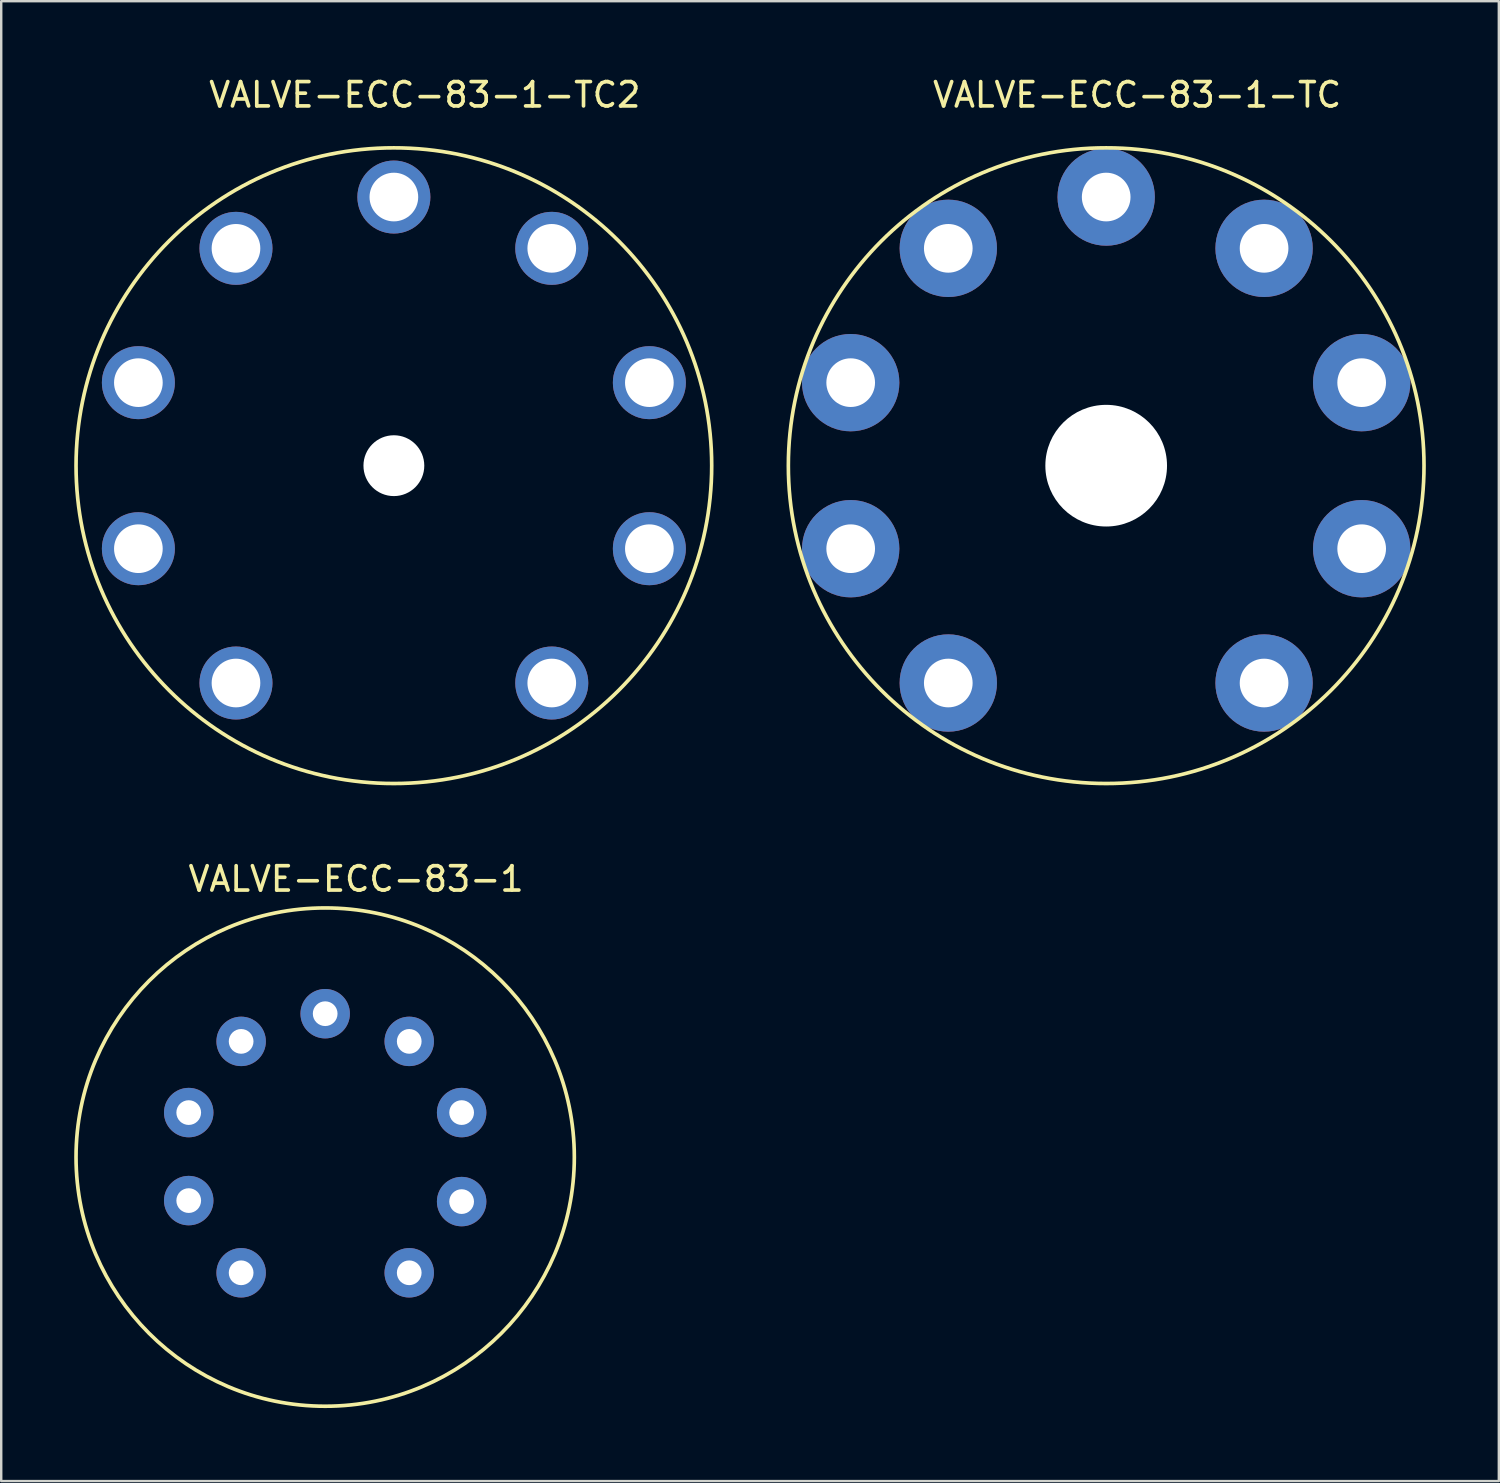
<source format=kicad_pcb>
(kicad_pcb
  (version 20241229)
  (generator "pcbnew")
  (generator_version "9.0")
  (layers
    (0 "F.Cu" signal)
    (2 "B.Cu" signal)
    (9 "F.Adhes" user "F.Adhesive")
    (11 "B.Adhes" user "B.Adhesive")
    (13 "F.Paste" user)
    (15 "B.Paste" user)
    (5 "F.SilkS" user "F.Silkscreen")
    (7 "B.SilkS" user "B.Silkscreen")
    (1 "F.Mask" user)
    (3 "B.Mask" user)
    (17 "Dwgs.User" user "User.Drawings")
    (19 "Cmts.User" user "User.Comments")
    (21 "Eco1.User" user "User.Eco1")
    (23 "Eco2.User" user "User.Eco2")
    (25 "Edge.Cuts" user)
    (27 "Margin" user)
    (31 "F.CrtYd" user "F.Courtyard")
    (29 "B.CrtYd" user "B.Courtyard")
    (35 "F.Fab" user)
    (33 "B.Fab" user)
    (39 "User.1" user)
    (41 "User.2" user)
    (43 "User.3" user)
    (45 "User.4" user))
  (footprint "VALVE-ECC-83-1"
    (layer "F.Cu")
    (at 10.314 44.503)
    (property "Reference" "VALVE-ECC-83-1" (at 1.27 -11.43 0) (layer "F.SilkS") (effects (font (size 1 1) (thickness 0.15))))
    (attr through_hole)
    (fp_circle (center 0 0) (end 10.16 1.27) (stroke (width 0.15) (type solid)) (fill no) (layer "F.SilkS"))
    (pad "1" thru_hole circle (at 3.454 4.755) (size 2.032 2.032) (drill 1.016) (layers "*.Cu" "*.Mask"))
    (pad "2" thru_hole circle (at 5.608 1.829) (size 2.032 2.032) (drill 1.016) (layers "*.Cu" "*.Mask"))
    (pad "3" thru_hole circle (at 5.608 -1.829) (size 2.032 2.032) (drill 1.016) (layers "*.Cu" "*.Mask"))
    (pad "4" thru_hole circle (at 3.454 -4.755) (size 2.032 2.032) (drill 1.016) (layers "*.Cu" "*.Mask"))
    (pad "5" thru_hole circle (at 0 -5.893) (size 2.032 2.032) (drill 1.016) (layers "*.Cu" "*.Mask"))
    (pad "6" thru_hole circle (at -3.454 -4.755) (size 2.032 2.032) (drill 1.016) (layers "*.Cu" "*.Mask"))
    (pad "7" thru_hole circle (at -5.608 -1.829) (size 2.032 2.032) (drill 1.016) (layers "*.Cu" "*.Mask"))
    (pad "8" thru_hole circle (at -5.608 1.788) (size 2.032 2.032) (drill 1.016) (layers "*.Cu" "*.Mask"))
    (pad "9" thru_hole circle (at -3.454 4.755) (size 2.032 2.032) (drill 1.016) (layers "*.Cu" "*.Mask")))
  (footprint "VALVE-ECC-83-1-TC"
    (layer "F.Cu")
    (at 42.411 16.088)
    (property "Reference" "VALVE-ECC-83-1-TC" (at 1.27 -15.24 0) (layer "F.SilkS") (effects (font (size 1 1) (thickness 0.15))))
    (attr through_hole)
    (fp_circle (center 0 0) (end 13 1.27) (stroke (width 0.15) (type solid)) (fill no) (layer "F.SilkS"))
    (pad "" np_thru_hole circle (at 0 0) (size 5 5) (drill 5) (layers "*.Cu" "*.Mask"))
    (pad "1" thru_hole circle (at 6.489 8.932) (size 4 4) (drill 2) (layers "*.Cu" "*.Mask"))
    (pad "2" thru_hole circle (at 10.5 3.412) (size 4 4) (drill 2) (layers "*.Cu" "*.Mask"))
    (pad "3" thru_hole circle (at 10.5 -3.412) (size 4 4) (drill 2) (layers "*.Cu" "*.Mask"))
    (pad "4" thru_hole circle (at 6.489 -8.932) (size 4 4) (drill 2) (layers "*.Cu" "*.Mask"))
    (pad "5" thru_hole circle (at 0 -11.04) (size 4 4) (drill 2) (layers "*.Cu" "*.Mask"))
    (pad "6" thru_hole circle (at -6.489 -8.932) (size 4 4) (drill 2) (layers "*.Cu" "*.Mask"))
    (pad "7" thru_hole circle (at -10.5 -3.412) (size 4 4) (drill 2) (layers "*.Cu" "*.Mask"))
    (pad "8" thru_hole circle (at -10.5 3.412) (size 4 4) (drill 2) (layers "*.Cu" "*.Mask"))
    (pad "9" thru_hole circle (at -6.489 8.932) (size 4 4) (drill 2) (layers "*.Cu" "*.Mask")))
  (footprint "VALVE-ECC-83-1-TC2"
    (layer "F.Cu")
    (at 13.137 16.088)
    (property "Reference" "VALVE-ECC-83-1-TC2" (at 1.27 -15.24 0) (layer "F.SilkS") (effects (font (size 1 1) (thickness 0.15))))
    (attr through_hole)
    (fp_circle (center 0 0) (end 13 1.27) (stroke (width 0.15) (type solid)) (fill no) (layer "F.SilkS"))
    (pad "" np_thru_hole circle (at 0 0) (size 2.5 2.5) (drill 2.5) (layers "*.Cu" "*.Mask"))
    (pad "1" thru_hole circle (at 6.489 8.932) (size 3 3) (drill 2) (layers "*.Cu" "*.Mask"))
    (pad "2" thru_hole circle (at 10.5 3.412) (size 3 3) (drill 2) (layers "*.Cu" "*.Mask"))
    (pad "3" thru_hole circle (at 10.5 -3.412) (size 3 3) (drill 2) (layers "*.Cu" "*.Mask"))
    (pad "4" thru_hole circle (at 6.489 -8.932) (size 3 3) (drill 2) (layers "*.Cu" "*.Mask"))
    (pad "5" thru_hole circle (at 0 -11.04) (size 3 3) (drill 2) (layers "*.Cu" "*.Mask"))
    (pad "6" thru_hole circle (at -6.489 -8.932) (size 3 3) (drill 2) (layers "*.Cu" "*.Mask"))
    (pad "7" thru_hole circle (at -10.5 -3.412) (size 3 3) (drill 2) (layers "*.Cu" "*.Mask"))
    (pad "8" thru_hole circle (at -10.5 3.412) (size 3 3) (drill 2) (layers "*.Cu" "*.Mask"))
    (pad "9" thru_hole circle (at -6.489 8.932) (size 3 3) (drill 2) (layers "*.Cu" "*.Mask")))
  (gr_rect
    (start -3 -3)
    (end 58.548 57.817)
    (stroke (width 0.1) (type default))
    (fill no)
    (layer "Edge.Cuts")))
</source>
